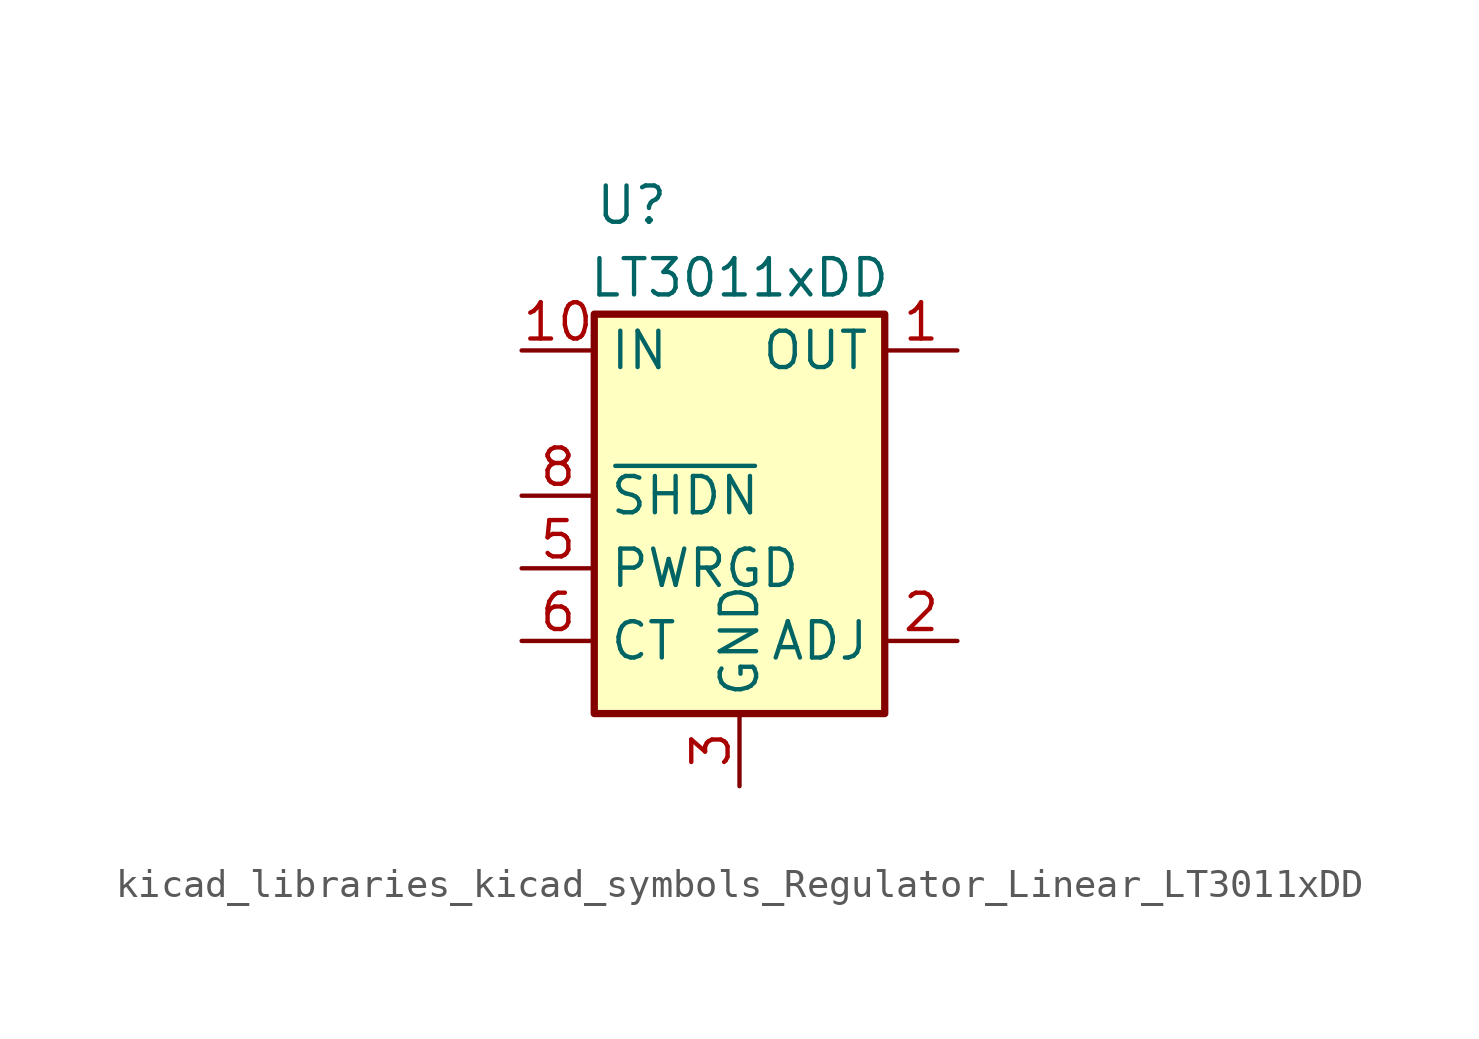
<source format=kicad_sym>
(kicad_symbol_lib
  (version 20220914)
  (generator kicad_symbol_editor)
  (symbol "kicad_libraries_kicad_symbols_Regulator_Linear_LT3011xDD"
    (property "Reference" "U"
      (at -5.08 10.16 0)
      (effects (font (size 1.27 1.27)) (justify left)))
    (property "Value" "LT3011xDD"
      (at 0 7.62 0)
      (effects (font (size 1.27 1.27))))
    (symbol "kicad_libraries_kicad_symbols_Regulator_Linear_LT3011xDD_0_1"
      (rectangle (start -5.08 6.35) (end 5.08 -7.62) (stroke (width 0.254) (type default)) (fill (type background))))
    (symbol "kicad_libraries_kicad_symbols_Regulator_Linear_LT3011xDD_1_1"
      (pin power_out line (at 7.62 5.08 180) (length 2.54) (name "OUT" (effects (font (size 1.27 1.27)))) (number "1" (effects (font (size 1.27 1.27)))))
      (pin power_in line (at -7.62 5.08 0) (length 2.54) (name "IN" (effects (font (size 1.27 1.27)))) (number "10" (effects (font (size 1.27 1.27)))))
      (pin passive line (at 0 -10.16 90) (length 2.54) hide (name "GND" (effects (font (size 1.27 1.27)))) (number "11" (effects (font (size 1.27 1.27)))))
      (pin input line (at 7.62 -5.08 180) (length 2.54) (name "ADJ" (effects (font (size 1.27 1.27)))) (number "2" (effects (font (size 1.27 1.27)))))
      (pin power_in line (at 0 -10.16 90) (length 2.54) (name "GND" (effects (font (size 1.27 1.27)))) (number "3" (effects (font (size 1.27 1.27)))))
      (pin no_connect line (at 5.08 2.54 180) (length 2.54) hide (name "NC" (effects (font (size 1.27 1.27)))) (number "4" (effects (font (size 1.27 1.27)))))
      (pin open_collector line (at -7.62 -2.54 0) (length 2.54) (name "PWRGD" (effects (font (size 1.27 1.27)))) (number "5" (effects (font (size 1.27 1.27)))))
      (pin unspecified line (at -7.62 -5.08 0) (length 2.54) (name "CT" (effects (font (size 1.27 1.27)))) (number "6" (effects (font (size 1.27 1.27)))))
      (pin no_connect line (at 5.08 0 180) (length 2.54) hide (name "NC" (effects (font (size 1.27 1.27)))) (number "7" (effects (font (size 1.27 1.27)))))
      (pin input line (at -7.62 0 0) (length 2.54) (name "~{SHDN}" (effects (font (size 1.27 1.27)))) (number "8" (effects (font (size 1.27 1.27)))))
      (pin no_connect line (at 5.08 -2.54 180) (length 2.54) hide (name "NC" (effects (font (size 1.27 1.27)))) (number "9" (effects (font (size 1.27 1.27))))))))
</source>
